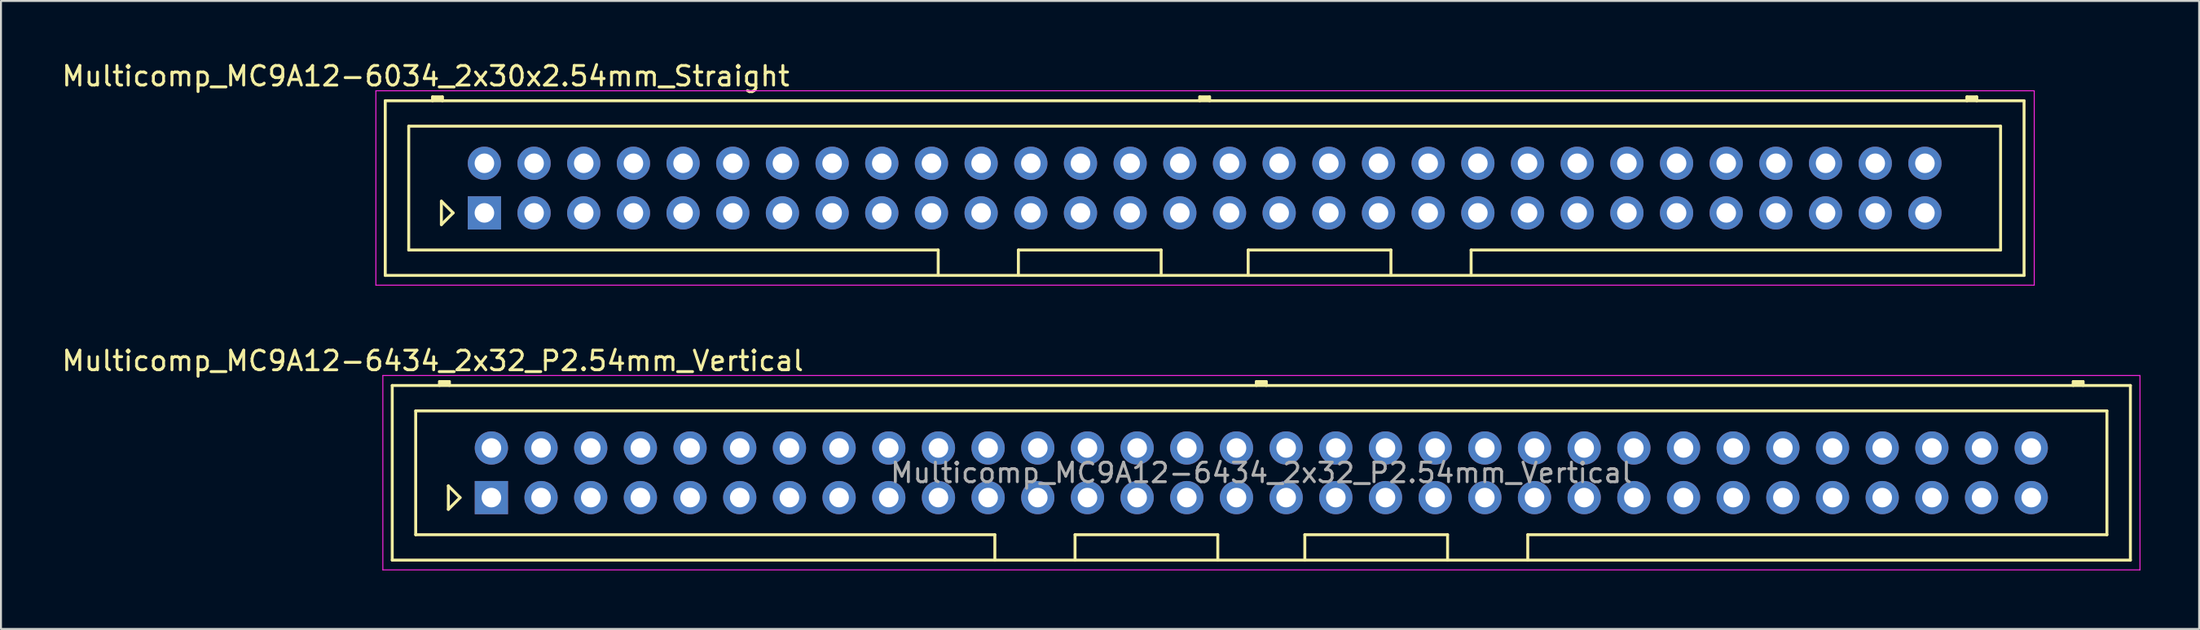
<source format=kicad_pcb>
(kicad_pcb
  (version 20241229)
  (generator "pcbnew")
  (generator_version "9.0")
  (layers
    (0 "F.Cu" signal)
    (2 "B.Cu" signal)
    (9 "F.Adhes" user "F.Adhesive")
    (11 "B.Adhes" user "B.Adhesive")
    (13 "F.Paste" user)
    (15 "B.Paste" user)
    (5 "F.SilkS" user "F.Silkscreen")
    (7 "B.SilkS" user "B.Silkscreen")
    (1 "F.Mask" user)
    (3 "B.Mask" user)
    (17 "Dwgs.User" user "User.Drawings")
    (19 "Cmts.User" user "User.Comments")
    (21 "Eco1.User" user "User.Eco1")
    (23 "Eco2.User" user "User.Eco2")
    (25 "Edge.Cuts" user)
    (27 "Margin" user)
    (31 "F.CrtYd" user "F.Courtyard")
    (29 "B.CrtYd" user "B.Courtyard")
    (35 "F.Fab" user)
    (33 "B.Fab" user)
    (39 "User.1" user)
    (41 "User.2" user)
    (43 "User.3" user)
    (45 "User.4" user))
  (footprint "Multicomp_MC9A12-6034_2x30x2.54mm_Straight"
    (layer "F.Cu")
    (at 21.72 7.848)
    (property "Reference" "Multicomp_MC9A12-6034_2x30x2.54mm_Straight" (at -3 -7 0) (layer "F.SilkS") (effects (font (size 1 1) (thickness 0.15))))
    (attr through_hole)
    (fp_line (start -5.07 -5.74) (end 78.73 -5.74) (stroke (width 0.15) (type solid)) (layer "F.SilkS"))
    (fp_line (start -5.07 3.2) (end -5.07 -5.74) (stroke (width 0.15) (type solid)) (layer "F.SilkS"))
    (fp_line (start -3.87 -4.44) (end 77.53 -4.44) (stroke (width 0.15) (type solid)) (layer "F.SilkS"))
    (fp_line (start -3.87 1.9) (end -3.87 -4.44) (stroke (width 0.15) (type solid)) (layer "F.SilkS"))
    (fp_line (start -2.65 -5.94) (end -2.15 -5.94) (stroke (width 0.15) (type solid)) (layer "F.SilkS"))
    (fp_line (start -2.65 -5.84) (end -2.15 -5.84) (stroke (width 0.15) (type solid)) (layer "F.SilkS"))
    (fp_line (start -2.65 -5.74) (end -2.65 -5.94) (stroke (width 0.15) (type solid)) (layer "F.SilkS"))
    (fp_line (start -2.2 -0.6) (end -1.6 0) (stroke (width 0.15) (type solid)) (layer "F.SilkS"))
    (fp_line (start -2.2 0.6) (end -2.2 -0.6) (stroke (width 0.15) (type solid)) (layer "F.SilkS"))
    (fp_line (start -2.15 -5.94) (end -2.15 -5.74) (stroke (width 0.15) (type solid)) (layer "F.SilkS"))
    (fp_line (start -1.6 0) (end -2.2 0.6) (stroke (width 0.15) (type solid)) (layer "F.SilkS"))
    (fp_line (start 23.205 1.9) (end -3.87 1.9) (stroke (width 0.15) (type solid)) (layer "F.SilkS"))
    (fp_line (start 23.205 3.2) (end 23.205 1.9) (stroke (width 0.15) (type solid)) (layer "F.SilkS"))
    (fp_line (start 27.305 1.9) (end 34.605 1.9) (stroke (width 0.15) (type solid)) (layer "F.SilkS"))
    (fp_line (start 27.305 3.2) (end 27.305 1.9) (stroke (width 0.15) (type solid)) (layer "F.SilkS"))
    (fp_line (start 34.605 1.9) (end 34.605 3.2) (stroke (width 0.15) (type solid)) (layer "F.SilkS"))
    (fp_line (start 36.58 -5.94) (end 37.08 -5.94) (stroke (width 0.15) (type solid)) (layer "F.SilkS"))
    (fp_line (start 36.58 -5.84) (end 37.08 -5.84) (stroke (width 0.15) (type solid)) (layer "F.SilkS"))
    (fp_line (start 36.58 -5.74) (end 36.58 -5.94) (stroke (width 0.15) (type solid)) (layer "F.SilkS"))
    (fp_line (start 37.08 -5.94) (end 37.08 -5.74) (stroke (width 0.15) (type solid)) (layer "F.SilkS"))
    (fp_line (start 39.055 1.9) (end 39.055 3.2) (stroke (width 0.15) (type solid)) (layer "F.SilkS"))
    (fp_line (start 46.355 1.9) (end 39.055 1.9) (stroke (width 0.15) (type solid)) (layer "F.SilkS"))
    (fp_line (start 46.355 3.2) (end 46.355 1.9) (stroke (width 0.15) (type solid)) (layer "F.SilkS"))
    (fp_line (start 50.455 1.9) (end 50.455 3.2) (stroke (width 0.15) (type solid)) (layer "F.SilkS"))
    (fp_line (start 75.81 -5.94) (end 76.31 -5.94) (stroke (width 0.15) (type solid)) (layer "F.SilkS"))
    (fp_line (start 75.81 -5.84) (end 76.31 -5.84) (stroke (width 0.15) (type solid)) (layer "F.SilkS"))
    (fp_line (start 75.81 -5.74) (end 75.81 -5.94) (stroke (width 0.15) (type solid)) (layer "F.SilkS"))
    (fp_line (start 76.31 -5.94) (end 76.31 -5.74) (stroke (width 0.15) (type solid)) (layer "F.SilkS"))
    (fp_line (start 77.53 -4.44) (end 77.53 1.9) (stroke (width 0.15) (type solid)) (layer "F.SilkS"))
    (fp_line (start 77.53 1.9) (end 50.455 1.9) (stroke (width 0.15) (type solid)) (layer "F.SilkS"))
    (fp_line (start 78.73 -5.74) (end 78.73 3.2) (stroke (width 0.15) (type solid)) (layer "F.SilkS"))
    (fp_line (start 78.73 3.2) (end -5.07 3.2) (stroke (width 0.15) (type solid)) (layer "F.SilkS"))
    (fp_line (start -5.55 -6.25) (end 79.25 -6.25) (stroke (width 0.05) (type solid)) (layer "F.CrtYd"))
    (fp_line (start -5.55 3.7) (end -5.55 -6.25) (stroke (width 0.05) (type solid)) (layer "F.CrtYd"))
    (fp_line (start 79.25 -6.25) (end 79.25 3.7) (stroke (width 0.05) (type solid)) (layer "F.CrtYd"))
    (fp_line (start 79.25 3.7) (end -5.55 3.7) (stroke (width 0.05) (type solid)) (layer "F.CrtYd"))
    (pad "1" thru_hole rect (at 0 0) (size 1.7 1.7) (drill 1) (layers "*.Cu" "*.Mask"))
    (pad "2" thru_hole circle (at 0 -2.54) (size 1.7 1.7) (drill 1) (layers "*.Cu" "*.Mask"))
    (pad "3" thru_hole circle (at 2.54 0) (size 1.7 1.7) (drill 1) (layers "*.Cu" "*.Mask"))
    (pad "4" thru_hole circle (at 2.54 -2.54) (size 1.7 1.7) (drill 1) (layers "*.Cu" "*.Mask"))
    (pad "5" thru_hole circle (at 5.08 0) (size 1.7 1.7) (drill 1) (layers "*.Cu" "*.Mask"))
    (pad "6" thru_hole circle (at 5.08 -2.54) (size 1.7 1.7) (drill 1) (layers "*.Cu" "*.Mask"))
    (pad "7" thru_hole circle (at 7.62 0) (size 1.7 1.7) (drill 1) (layers "*.Cu" "*.Mask"))
    (pad "8" thru_hole circle (at 7.62 -2.54) (size 1.7 1.7) (drill 1) (layers "*.Cu" "*.Mask"))
    (pad "9" thru_hole circle (at 10.16 0) (size 1.7 1.7) (drill 1) (layers "*.Cu" "*.Mask"))
    (pad "10" thru_hole circle (at 10.16 -2.54) (size 1.7 1.7) (drill 1) (layers "*.Cu" "*.Mask"))
    (pad "11" thru_hole circle (at 12.7 0) (size 1.7 1.7) (drill 1) (layers "*.Cu" "*.Mask"))
    (pad "12" thru_hole circle (at 12.7 -2.54) (size 1.7 1.7) (drill 1) (layers "*.Cu" "*.Mask"))
    (pad "13" thru_hole circle (at 15.24 0) (size 1.7 1.7) (drill 1) (layers "*.Cu" "*.Mask"))
    (pad "14" thru_hole circle (at 15.24 -2.54) (size 1.7 1.7) (drill 1) (layers "*.Cu" "*.Mask"))
    (pad "15" thru_hole circle (at 17.78 0) (size 1.7 1.7) (drill 1) (layers "*.Cu" "*.Mask"))
    (pad "16" thru_hole circle (at 17.78 -2.54) (size 1.7 1.7) (drill 1) (layers "*.Cu" "*.Mask"))
    (pad "17" thru_hole circle (at 20.32 0) (size 1.7 1.7) (drill 1) (layers "*.Cu" "*.Mask"))
    (pad "18" thru_hole circle (at 20.32 -2.54) (size 1.7 1.7) (drill 1) (layers "*.Cu" "*.Mask"))
    (pad "19" thru_hole circle (at 22.86 0) (size 1.7 1.7) (drill 1) (layers "*.Cu" "*.Mask"))
    (pad "20" thru_hole circle (at 22.86 -2.54) (size 1.7 1.7) (drill 1) (layers "*.Cu" "*.Mask"))
    (pad "21" thru_hole circle (at 25.4 0) (size 1.7 1.7) (drill 1) (layers "*.Cu" "*.Mask"))
    (pad "22" thru_hole circle (at 25.4 -2.54) (size 1.7 1.7) (drill 1) (layers "*.Cu" "*.Mask"))
    (pad "23" thru_hole circle (at 27.94 0) (size 1.7 1.7) (drill 1) (layers "*.Cu" "*.Mask"))
    (pad "24" thru_hole circle (at 27.94 -2.54) (size 1.7 1.7) (drill 1) (layers "*.Cu" "*.Mask"))
    (pad "25" thru_hole circle (at 30.48 0) (size 1.7 1.7) (drill 1) (layers "*.Cu" "*.Mask"))
    (pad "26" thru_hole circle (at 30.48 -2.54) (size 1.7 1.7) (drill 1) (layers "*.Cu" "*.Mask"))
    (pad "27" thru_hole circle (at 33.02 0) (size 1.7 1.7) (drill 1) (layers "*.Cu" "*.Mask"))
    (pad "28" thru_hole circle (at 33.02 -2.54) (size 1.7 1.7) (drill 1) (layers "*.Cu" "*.Mask"))
    (pad "29" thru_hole circle (at 35.56 0) (size 1.7 1.7) (drill 1) (layers "*.Cu" "*.Mask"))
    (pad "30" thru_hole circle (at 35.56 -2.54) (size 1.7 1.7) (drill 1) (layers "*.Cu" "*.Mask"))
    (pad "31" thru_hole circle (at 38.1 0) (size 1.7 1.7) (drill 1) (layers "*.Cu" "*.Mask"))
    (pad "32" thru_hole circle (at 38.1 -2.54) (size 1.7 1.7) (drill 1) (layers "*.Cu" "*.Mask"))
    (pad "33" thru_hole circle (at 40.64 0) (size 1.7 1.7) (drill 1) (layers "*.Cu" "*.Mask"))
    (pad "34" thru_hole circle (at 40.64 -2.54) (size 1.7 1.7) (drill 1) (layers "*.Cu" "*.Mask"))
    (pad "35" thru_hole circle (at 43.18 0) (size 1.7 1.7) (drill 1) (layers "*.Cu" "*.Mask"))
    (pad "36" thru_hole circle (at 43.18 -2.54) (size 1.7 1.7) (drill 1) (layers "*.Cu" "*.Mask"))
    (pad "37" thru_hole circle (at 45.72 0) (size 1.7 1.7) (drill 1) (layers "*.Cu" "*.Mask"))
    (pad "38" thru_hole circle (at 45.72 -2.54) (size 1.7 1.7) (drill 1) (layers "*.Cu" "*.Mask"))
    (pad "39" thru_hole circle (at 48.26 0) (size 1.7 1.7) (drill 1) (layers "*.Cu" "*.Mask"))
    (pad "40" thru_hole circle (at 48.26 -2.54) (size 1.7 1.7) (drill 1) (layers "*.Cu" "*.Mask"))
    (pad "41" thru_hole circle (at 50.8 0) (size 1.7 1.7) (drill 1) (layers "*.Cu" "*.Mask"))
    (pad "42" thru_hole circle (at 50.8 -2.54) (size 1.7 1.7) (drill 1) (layers "*.Cu" "*.Mask"))
    (pad "43" thru_hole circle (at 53.34 0) (size 1.7 1.7) (drill 1) (layers "*.Cu" "*.Mask"))
    (pad "44" thru_hole circle (at 53.34 -2.54) (size 1.7 1.7) (drill 1) (layers "*.Cu" "*.Mask"))
    (pad "45" thru_hole circle (at 55.88 0) (size 1.7 1.7) (drill 1) (layers "*.Cu" "*.Mask"))
    (pad "46" thru_hole circle (at 55.88 -2.54) (size 1.7 1.7) (drill 1) (layers "*.Cu" "*.Mask"))
    (pad "47" thru_hole circle (at 58.42 0) (size 1.7 1.7) (drill 1) (layers "*.Cu" "*.Mask"))
    (pad "48" thru_hole circle (at 58.42 -2.54) (size 1.7 1.7) (drill 1) (layers "*.Cu" "*.Mask"))
    (pad "49" thru_hole circle (at 60.96 0) (size 1.7 1.7) (drill 1) (layers "*.Cu" "*.Mask"))
    (pad "50" thru_hole circle (at 60.96 -2.54) (size 1.7 1.7) (drill 1) (layers "*.Cu" "*.Mask"))
    (pad "51" thru_hole circle (at 63.5 0) (size 1.7 1.7) (drill 1) (layers "*.Cu" "*.Mask"))
    (pad "52" thru_hole circle (at 63.5 -2.54) (size 1.7 1.7) (drill 1) (layers "*.Cu" "*.Mask"))
    (pad "53" thru_hole circle (at 66.04 0) (size 1.7 1.7) (drill 1) (layers "*.Cu" "*.Mask"))
    (pad "54" thru_hole circle (at 66.04 -2.54) (size 1.7 1.7) (drill 1) (layers "*.Cu" "*.Mask"))
    (pad "55" thru_hole circle (at 68.58 0) (size 1.7 1.7) (drill 1) (layers "*.Cu" "*.Mask"))
    (pad "56" thru_hole circle (at 68.58 -2.54) (size 1.7 1.7) (drill 1) (layers "*.Cu" "*.Mask"))
    (pad "57" thru_hole circle (at 71.12 0) (size 1.7 1.7) (drill 1) (layers "*.Cu" "*.Mask"))
    (pad "58" thru_hole circle (at 71.12 -2.54) (size 1.7 1.7) (drill 1) (layers "*.Cu" "*.Mask"))
    (pad "59" thru_hole circle (at 73.66 0) (size 1.7 1.7) (drill 1) (layers "*.Cu" "*.Mask"))
    (pad "60" thru_hole circle (at 73.66 -2.54) (size 1.7 1.7) (drill 1) (layers "*.Cu" "*.Mask")))
  (footprint "Multicomp_MC9A12-6434_2x32_P2.54mm_Vertical"
    (layer "F.Cu")
    (at 22.077 22.422)
    (property "Reference" "Multicomp_MC9A12-6434_2x32_P2.54mm_Vertical" (at -3 -7 0) (layer "F.SilkS") (effects (font (size 1 1) (thickness 0.15))))
    (attr through_hole)
    (fp_line (start -5.07 -5.74) (end 83.81 -5.74) (stroke (width 0.15) (type solid)) (layer "F.SilkS"))
    (fp_line (start -5.07 3.2) (end -5.07 -5.74) (stroke (width 0.15) (type solid)) (layer "F.SilkS"))
    (fp_line (start -3.87 -4.44) (end 82.61 -4.44) (stroke (width 0.15) (type solid)) (layer "F.SilkS"))
    (fp_line (start -3.87 1.9) (end -3.87 -4.44) (stroke (width 0.15) (type solid)) (layer "F.SilkS"))
    (fp_line (start -2.65 -5.94) (end -2.15 -5.94) (stroke (width 0.15) (type solid)) (layer "F.SilkS"))
    (fp_line (start -2.65 -5.84) (end -2.15 -5.84) (stroke (width 0.15) (type solid)) (layer "F.SilkS"))
    (fp_line (start -2.65 -5.74) (end -2.65 -5.94) (stroke (width 0.15) (type solid)) (layer "F.SilkS"))
    (fp_line (start -2.2 -0.6) (end -1.6 0) (stroke (width 0.15) (type solid)) (layer "F.SilkS"))
    (fp_line (start -2.2 0.6) (end -2.2 -0.6) (stroke (width 0.15) (type solid)) (layer "F.SilkS"))
    (fp_line (start -2.15 -5.94) (end -2.15 -5.74) (stroke (width 0.15) (type solid)) (layer "F.SilkS"))
    (fp_line (start -1.6 0) (end -2.2 0.6) (stroke (width 0.15) (type solid)) (layer "F.SilkS"))
    (fp_line (start 25.745 1.9) (end -3.87 1.9) (stroke (width 0.15) (type solid)) (layer "F.SilkS"))
    (fp_line (start 25.745 3.2) (end 25.745 1.9) (stroke (width 0.15) (type solid)) (layer "F.SilkS"))
    (fp_line (start 29.845 1.9) (end 37.145 1.9) (stroke (width 0.15) (type solid)) (layer "F.SilkS"))
    (fp_line (start 29.845 3.2) (end 29.845 1.9) (stroke (width 0.15) (type solid)) (layer "F.SilkS"))
    (fp_line (start 37.145 1.9) (end 37.145 3.2) (stroke (width 0.15) (type solid)) (layer "F.SilkS"))
    (fp_line (start 39.12 -5.94) (end 39.62 -5.94) (stroke (width 0.15) (type solid)) (layer "F.SilkS"))
    (fp_line (start 39.12 -5.84) (end 39.62 -5.84) (stroke (width 0.15) (type solid)) (layer "F.SilkS"))
    (fp_line (start 39.12 -5.74) (end 39.12 -5.94) (stroke (width 0.15) (type solid)) (layer "F.SilkS"))
    (fp_line (start 39.62 -5.94) (end 39.62 -5.74) (stroke (width 0.15) (type solid)) (layer "F.SilkS"))
    (fp_line (start 41.595 1.9) (end 41.595 3.2) (stroke (width 0.15) (type solid)) (layer "F.SilkS"))
    (fp_line (start 48.895 1.9) (end 41.595 1.9) (stroke (width 0.15) (type solid)) (layer "F.SilkS"))
    (fp_line (start 48.895 3.2) (end 48.895 1.9) (stroke (width 0.15) (type solid)) (layer "F.SilkS"))
    (fp_line (start 52.995 1.9) (end 52.995 3.2) (stroke (width 0.15) (type solid)) (layer "F.SilkS"))
    (fp_line (start 80.89 -5.94) (end 81.39 -5.94) (stroke (width 0.15) (type solid)) (layer "F.SilkS"))
    (fp_line (start 80.89 -5.84) (end 81.39 -5.84) (stroke (width 0.15) (type solid)) (layer "F.SilkS"))
    (fp_line (start 80.89 -5.74) (end 80.89 -5.94) (stroke (width 0.15) (type solid)) (layer "F.SilkS"))
    (fp_line (start 81.39 -5.94) (end 81.39 -5.74) (stroke (width 0.15) (type solid)) (layer "F.SilkS"))
    (fp_line (start 82.61 -4.44) (end 82.61 1.9) (stroke (width 0.15) (type solid)) (layer "F.SilkS"))
    (fp_line (start 82.61 1.9) (end 52.995 1.9) (stroke (width 0.15) (type solid)) (layer "F.SilkS"))
    (fp_line (start 83.81 -5.74) (end 83.81 3.2) (stroke (width 0.15) (type solid)) (layer "F.SilkS"))
    (fp_line (start 83.81 3.2) (end -5.07 3.2) (stroke (width 0.15) (type solid)) (layer "F.SilkS"))
    (fp_line (start -5.55 -6.25) (end 84.3 -6.25) (stroke (width 0.05) (type solid)) (layer "F.CrtYd"))
    (fp_line (start -5.55 3.7) (end -5.55 -6.25) (stroke (width 0.05) (type solid)) (layer "F.CrtYd"))
    (fp_line (start 84.3 -6.25) (end 84.3 3.7) (stroke (width 0.05) (type solid)) (layer "F.CrtYd"))
    (fp_line (start 84.3 3.7) (end -5.55 3.7) (stroke (width 0.05) (type solid)) (layer "F.CrtYd"))
    (fp_text user "${REFERENCE}" (at 39.37 -1.27 0) (layer "F.Fab") (effects (font (size 1 1) (thickness 0.15))))
    (pad "1" thru_hole rect (at 0 0) (size 1.7 1.7) (drill 1) (layers "*.Cu" "*.Mask"))
    (pad "2" thru_hole circle (at 0 -2.54) (size 1.7 1.7) (drill 1) (layers "*.Cu" "*.Mask"))
    (pad "3" thru_hole circle (at 2.54 0) (size 1.7 1.7) (drill 1) (layers "*.Cu" "*.Mask"))
    (pad "4" thru_hole circle (at 2.54 -2.54) (size 1.7 1.7) (drill 1) (layers "*.Cu" "*.Mask"))
    (pad "5" thru_hole circle (at 5.08 0) (size 1.7 1.7) (drill 1) (layers "*.Cu" "*.Mask"))
    (pad "6" thru_hole circle (at 5.08 -2.54) (size 1.7 1.7) (drill 1) (layers "*.Cu" "*.Mask"))
    (pad "7" thru_hole circle (at 7.62 0) (size 1.7 1.7) (drill 1) (layers "*.Cu" "*.Mask"))
    (pad "8" thru_hole circle (at 7.62 -2.54) (size 1.7 1.7) (drill 1) (layers "*.Cu" "*.Mask"))
    (pad "9" thru_hole circle (at 10.16 0) (size 1.7 1.7) (drill 1) (layers "*.Cu" "*.Mask"))
    (pad "10" thru_hole circle (at 10.16 -2.54) (size 1.7 1.7) (drill 1) (layers "*.Cu" "*.Mask"))
    (pad "11" thru_hole circle (at 12.7 0) (size 1.7 1.7) (drill 1) (layers "*.Cu" "*.Mask"))
    (pad "12" thru_hole circle (at 12.7 -2.54) (size 1.7 1.7) (drill 1) (layers "*.Cu" "*.Mask"))
    (pad "13" thru_hole circle (at 15.24 0) (size 1.7 1.7) (drill 1) (layers "*.Cu" "*.Mask"))
    (pad "14" thru_hole circle (at 15.24 -2.54) (size 1.7 1.7) (drill 1) (layers "*.Cu" "*.Mask"))
    (pad "15" thru_hole circle (at 17.78 0) (size 1.7 1.7) (drill 1) (layers "*.Cu" "*.Mask"))
    (pad "16" thru_hole circle (at 17.78 -2.54) (size 1.7 1.7) (drill 1) (layers "*.Cu" "*.Mask"))
    (pad "17" thru_hole circle (at 20.32 0) (size 1.7 1.7) (drill 1) (layers "*.Cu" "*.Mask"))
    (pad "18" thru_hole circle (at 20.32 -2.54) (size 1.7 1.7) (drill 1) (layers "*.Cu" "*.Mask"))
    (pad "19" thru_hole circle (at 22.86 0) (size 1.7 1.7) (drill 1) (layers "*.Cu" "*.Mask"))
    (pad "20" thru_hole circle (at 22.86 -2.54) (size 1.7 1.7) (drill 1) (layers "*.Cu" "*.Mask"))
    (pad "21" thru_hole circle (at 25.4 0) (size 1.7 1.7) (drill 1) (layers "*.Cu" "*.Mask"))
    (pad "22" thru_hole circle (at 25.4 -2.54) (size 1.7 1.7) (drill 1) (layers "*.Cu" "*.Mask"))
    (pad "23" thru_hole circle (at 27.94 0) (size 1.7 1.7) (drill 1) (layers "*.Cu" "*.Mask"))
    (pad "24" thru_hole circle (at 27.94 -2.54) (size 1.7 1.7) (drill 1) (layers "*.Cu" "*.Mask"))
    (pad "25" thru_hole circle (at 30.48 0) (size 1.7 1.7) (drill 1) (layers "*.Cu" "*.Mask"))
    (pad "26" thru_hole circle (at 30.48 -2.54) (size 1.7 1.7) (drill 1) (layers "*.Cu" "*.Mask"))
    (pad "27" thru_hole circle (at 33.02 0) (size 1.7 1.7) (drill 1) (layers "*.Cu" "*.Mask"))
    (pad "28" thru_hole circle (at 33.02 -2.54) (size 1.7 1.7) (drill 1) (layers "*.Cu" "*.Mask"))
    (pad "29" thru_hole circle (at 35.56 0) (size 1.7 1.7) (drill 1) (layers "*.Cu" "*.Mask"))
    (pad "30" thru_hole circle (at 35.56 -2.54) (size 1.7 1.7) (drill 1) (layers "*.Cu" "*.Mask"))
    (pad "31" thru_hole circle (at 38.1 0) (size 1.7 1.7) (drill 1) (layers "*.Cu" "*.Mask"))
    (pad "32" thru_hole circle (at 38.1 -2.54) (size 1.7 1.7) (drill 1) (layers "*.Cu" "*.Mask"))
    (pad "33" thru_hole circle (at 40.64 0) (size 1.7 1.7) (drill 1) (layers "*.Cu" "*.Mask"))
    (pad "34" thru_hole circle (at 40.64 -2.54) (size 1.7 1.7) (drill 1) (layers "*.Cu" "*.Mask"))
    (pad "35" thru_hole circle (at 43.18 0) (size 1.7 1.7) (drill 1) (layers "*.Cu" "*.Mask"))
    (pad "36" thru_hole circle (at 43.18 -2.54) (size 1.7 1.7) (drill 1) (layers "*.Cu" "*.Mask"))
    (pad "37" thru_hole circle (at 45.72 0) (size 1.7 1.7) (drill 1) (layers "*.Cu" "*.Mask"))
    (pad "38" thru_hole circle (at 45.72 -2.54) (size 1.7 1.7) (drill 1) (layers "*.Cu" "*.Mask"))
    (pad "39" thru_hole circle (at 48.26 0) (size 1.7 1.7) (drill 1) (layers "*.Cu" "*.Mask"))
    (pad "40" thru_hole circle (at 48.26 -2.54) (size 1.7 1.7) (drill 1) (layers "*.Cu" "*.Mask"))
    (pad "41" thru_hole circle (at 50.8 0) (size 1.7 1.7) (drill 1) (layers "*.Cu" "*.Mask"))
    (pad "42" thru_hole circle (at 50.8 -2.54) (size 1.7 1.7) (drill 1) (layers "*.Cu" "*.Mask"))
    (pad "43" thru_hole circle (at 53.34 0) (size 1.7 1.7) (drill 1) (layers "*.Cu" "*.Mask"))
    (pad "44" thru_hole circle (at 53.34 -2.54) (size 1.7 1.7) (drill 1) (layers "*.Cu" "*.Mask"))
    (pad "45" thru_hole circle (at 55.88 0) (size 1.7 1.7) (drill 1) (layers "*.Cu" "*.Mask"))
    (pad "46" thru_hole circle (at 55.88 -2.54) (size 1.7 1.7) (drill 1) (layers "*.Cu" "*.Mask"))
    (pad "47" thru_hole circle (at 58.42 0) (size 1.7 1.7) (drill 1) (layers "*.Cu" "*.Mask"))
    (pad "48" thru_hole circle (at 58.42 -2.54) (size 1.7 1.7) (drill 1) (layers "*.Cu" "*.Mask"))
    (pad "49" thru_hole circle (at 60.96 0) (size 1.7 1.7) (drill 1) (layers "*.Cu" "*.Mask"))
    (pad "50" thru_hole circle (at 60.96 -2.54) (size 1.7 1.7) (drill 1) (layers "*.Cu" "*.Mask"))
    (pad "51" thru_hole circle (at 63.5 0) (size 1.7 1.7) (drill 1) (layers "*.Cu" "*.Mask"))
    (pad "52" thru_hole circle (at 63.5 -2.54) (size 1.7 1.7) (drill 1) (layers "*.Cu" "*.Mask"))
    (pad "53" thru_hole circle (at 66.04 0) (size 1.7 1.7) (drill 1) (layers "*.Cu" "*.Mask"))
    (pad "54" thru_hole circle (at 66.04 -2.54) (size 1.7 1.7) (drill 1) (layers "*.Cu" "*.Mask"))
    (pad "55" thru_hole circle (at 68.58 0) (size 1.7 1.7) (drill 1) (layers "*.Cu" "*.Mask"))
    (pad "56" thru_hole circle (at 68.58 -2.54) (size 1.7 1.7) (drill 1) (layers "*.Cu" "*.Mask"))
    (pad "57" thru_hole circle (at 71.12 0) (size 1.7 1.7) (drill 1) (layers "*.Cu" "*.Mask"))
    (pad "58" thru_hole circle (at 71.12 -2.54) (size 1.7 1.7) (drill 1) (layers "*.Cu" "*.Mask"))
    (pad "59" thru_hole circle (at 73.66 0) (size 1.7 1.7) (drill 1) (layers "*.Cu" "*.Mask"))
    (pad "60" thru_hole circle (at 73.66 -2.54) (size 1.7 1.7) (drill 1) (layers "*.Cu" "*.Mask"))
    (pad "61" thru_hole circle (at 76.2 0) (size 1.7 1.7) (drill 1) (layers "*.Cu" "*.Mask"))
    (pad "62" thru_hole circle (at 76.2 -2.54) (size 1.7 1.7) (drill 1) (layers "*.Cu" "*.Mask"))
    (pad "63" thru_hole circle (at 78.74 0) (size 1.7 1.7) (drill 1) (layers "*.Cu" "*.Mask"))
    (pad "64" thru_hole circle (at 78.74 -2.54) (size 1.7 1.7) (drill 1) (layers "*.Cu" "*.Mask")))
  (gr_rect
    (start -3 -3)
    (end 109.402 29.146)
    (stroke (width 0.1) (type default))
    (fill no)
    (layer "Edge.Cuts")))
</source>
